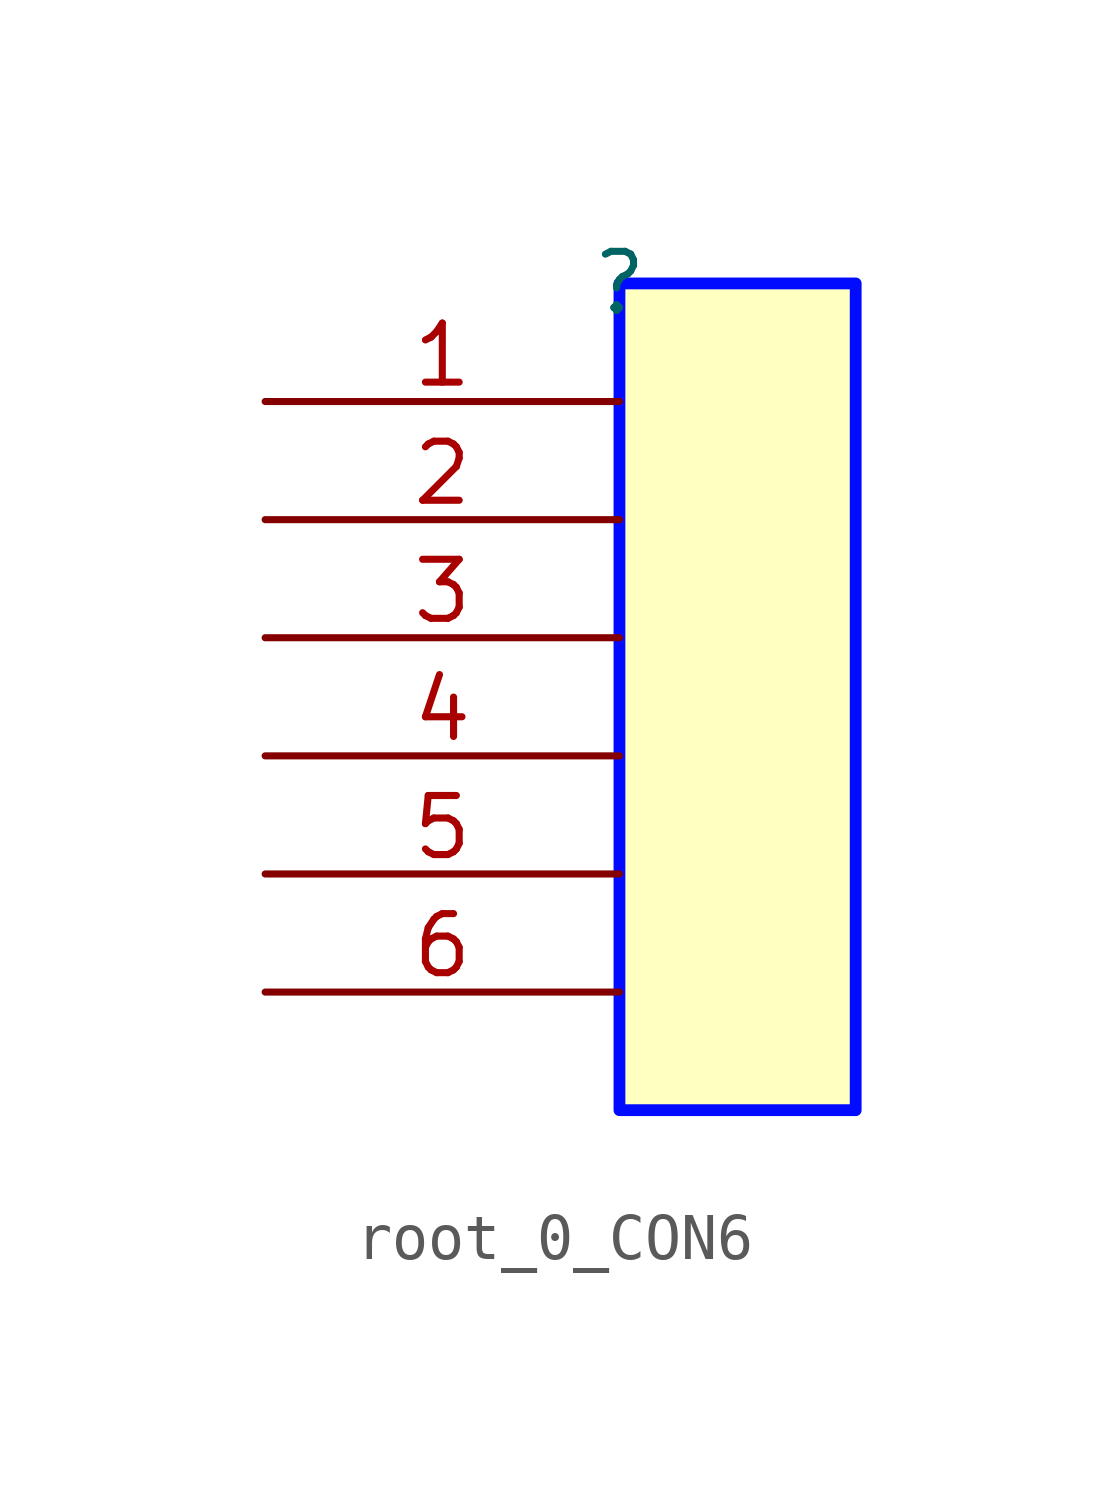
<source format=kicad_sym>
(kicad_symbol_lib
  (version 20231120)
  (generator "kicad_symbol_editor")
  (generator_version "8.0")
  (symbol "root_0_CON6"
    (property "Reference" ""
      (at 0 0 0)
      (effects (font (size 1.27 1.27))))
    (property "Value" ""
      (at 0 0 0)
      (effects (font (size 1.27 1.27))))
    (symbol "root_0_CON6_1_0"
      (rectangle (start 5.08 0) (end 0 -17.78) (stroke (width 0.254) (type solid) (color 0 11 255 1)) (fill (type background)))
      (pin passive line (at -7.62 -2.54 0) (length 7.62) (name "1" (effects (font (size 0 0)))) (number "1" (effects (font (size 1.27 1.27)))))
      (pin passive line (at -7.62 -5.08 0) (length 7.62) (name "2" (effects (font (size 0 0)))) (number "2" (effects (font (size 1.27 1.27)))))
      (pin passive line (at -7.62 -7.62 0) (length 7.62) (name "3" (effects (font (size 0 0)))) (number "3" (effects (font (size 1.27 1.27)))))
      (pin passive line (at -7.62 -10.16 0) (length 7.62) (name "4" (effects (font (size 0 0)))) (number "4" (effects (font (size 1.27 1.27)))))
      (pin passive line (at -7.62 -12.7 0) (length 7.62) (name "5" (effects (font (size 0 0)))) (number "5" (effects (font (size 1.27 1.27)))))
      (pin passive line (at -7.62 -15.24 0) (length 7.62) (name "6" (effects (font (size 0 0)))) (number "6" (effects (font (size 1.27 1.27))))))))
</source>
